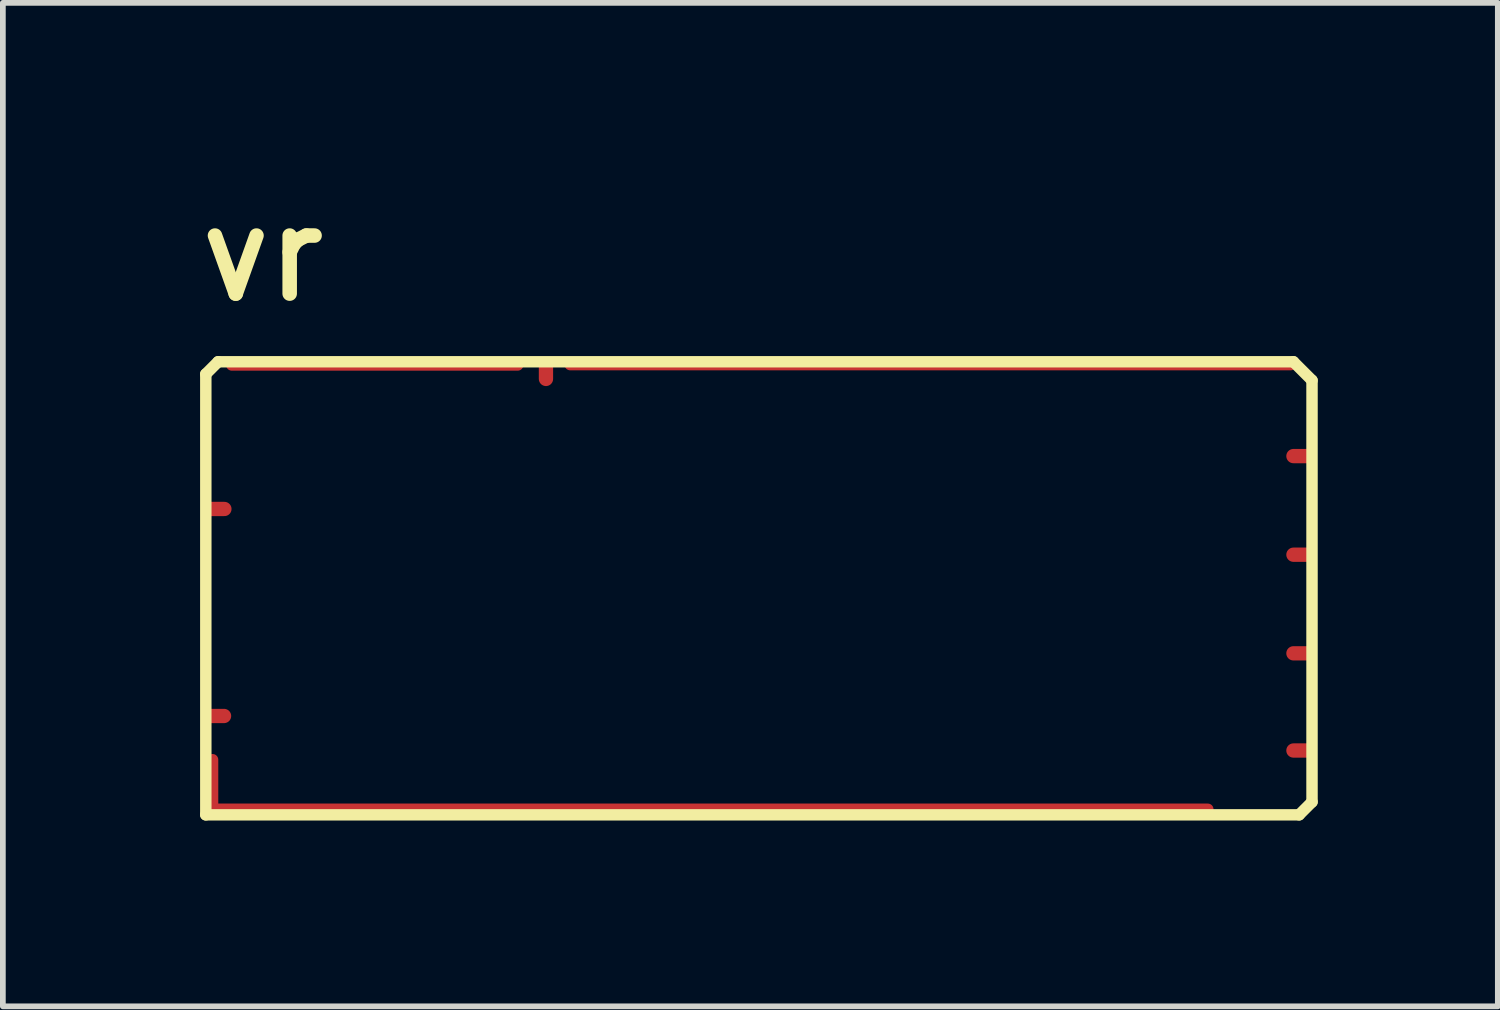
<source format=kicad_pcb>
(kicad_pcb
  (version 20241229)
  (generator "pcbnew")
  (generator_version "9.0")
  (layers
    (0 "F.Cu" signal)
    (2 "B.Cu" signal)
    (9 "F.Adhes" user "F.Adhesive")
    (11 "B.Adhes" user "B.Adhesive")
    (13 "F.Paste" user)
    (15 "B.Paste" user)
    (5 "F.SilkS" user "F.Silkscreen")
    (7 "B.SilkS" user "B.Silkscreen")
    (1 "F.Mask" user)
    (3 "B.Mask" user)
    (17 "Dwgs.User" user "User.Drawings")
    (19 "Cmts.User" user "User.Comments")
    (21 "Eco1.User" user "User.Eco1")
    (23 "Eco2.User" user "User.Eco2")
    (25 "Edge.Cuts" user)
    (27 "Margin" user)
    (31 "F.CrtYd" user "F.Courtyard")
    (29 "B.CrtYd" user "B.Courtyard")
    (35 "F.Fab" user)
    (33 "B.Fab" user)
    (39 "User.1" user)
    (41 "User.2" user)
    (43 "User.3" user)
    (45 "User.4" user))
  (footprint "vr"
    (layer "F.Cu")
    (at 0.25 11.303)
    (property "Reference" "vr" (at 0.076 -9.017 0) (unlocked yes) (layer "F.SilkS") (effects (font (size 1.524 1.524) (thickness 0.254)) (justify left bottom)))
    (attr through_hole)
    (fp_line (start 0.3 -7.81) (end 0.515 -8.025) (stroke (width 0.2) (type solid)) (layer "F.SilkS"))
    (fp_line (start 0.3 -0.1) (end 0.3 -7.81) (stroke (width 0.2) (type solid)) (layer "F.SilkS"))
    (fp_line (start 0.3 -0.1) (end 19.425 -0.1) (stroke (width 0.2) (type solid)) (layer "F.SilkS"))
    (fp_line (start 0.515 -8.025) (end 19.325 -8.025) (stroke (width 0.2) (type solid)) (layer "F.SilkS"))
    (fp_line (start 19.325 -8.025) (end 19.65 -7.7) (stroke (width 0.2) (type solid)) (layer "F.SilkS"))
    (fp_line (start 19.425 -0.1) (end 19.65 -0.325) (stroke (width 0.2) (type solid)) (layer "F.SilkS"))
    (fp_line (start 19.65 -0.325) (end 19.65 -7.7) (stroke (width 0.2) (type solid)) (layer "F.SilkS"))
    (pad "E1" smd oval (at 19.45 -6.375) (size 0.5 0.25) (layers "F.Cu" "F.Mask" "F.Paste"))
    (pad "E2" smd oval (at 19.45 -4.65) (size 0.5 0.25) (layers "F.Cu" "F.Mask" "F.Paste"))
    (pad "E3" smd oval (at 19.45 -2.925) (size 0.5 0.25) (layers "F.Cu" "F.Mask" "F.Paste"))
    (pad "E4" smd oval (at 19.45 -1.225) (size 0.5 0.25) (layers "F.Cu" "F.Mask" "F.Paste"))
    (pad "G" smd oval (at 0.418 -0.664 90) (size 1 0.2) (layers "F.Cu" "F.Paste"))
    (pad "G" smd oval (at 3.255 -7.969 180) (size 5.2 0.2) (layers "F.Cu" "F.Paste"))
    (pad "G" smd oval (at 9.127 -0.197 180) (size 17.6 0.2) (layers "F.Cu" "F.Paste"))
    (pad "G" smd oval (at 12.975 -7.975 180) (size 12.8 0.2) (layers "F.Cu" "F.Paste"))
    (pad "N1" smd oval (at 6.25 -7.85 270) (size 0.5 0.25) (layers "F.Cu" "F.Mask" "F.Paste"))
    (pad "W1" smd oval (at 0.494 -1.829 180) (size 0.5 0.25) (layers "F.Cu" "F.Mask" "F.Paste"))
    (pad "W2" smd oval (at 0.5 -5.45 180) (size 0.5 0.25) (layers "F.Cu" "F.Mask" "F.Paste"))
    (zone (net_name "") (layer "F.Cu") (hatch edge 0.2) (connect_pads) (min_thickness 0.254) (filled_areas_thickness no) (keepout (tracks allowed) (vias allowed) (pads allowed) (copperpour not_allowed) (footprints allowed)) (placement (enabled no)) (fill) (polygon (pts (xy 0.677 11.128) (xy 0.677 10.182) (xy 0.474 10.182) (xy 0.275 10.182) (xy 0.275 3.328) (xy 0.848 3.046) (xy 0.983 3.328) (xy 6.009 3.328) (xy 6.193 3.046) (xy 6.762 3.046) (xy 6.878 3.328) (xy 19.55 3.328) (xy 20.15 3.328) (xy 20.15 11.103) (xy 19.575 11.103)))))
  (gr_rect
    (start -3 -3)
    (end 23.15 14.553)
    (stroke (width 0.1) (type default))
    (fill no)
    (layer "Edge.Cuts")))
</source>
